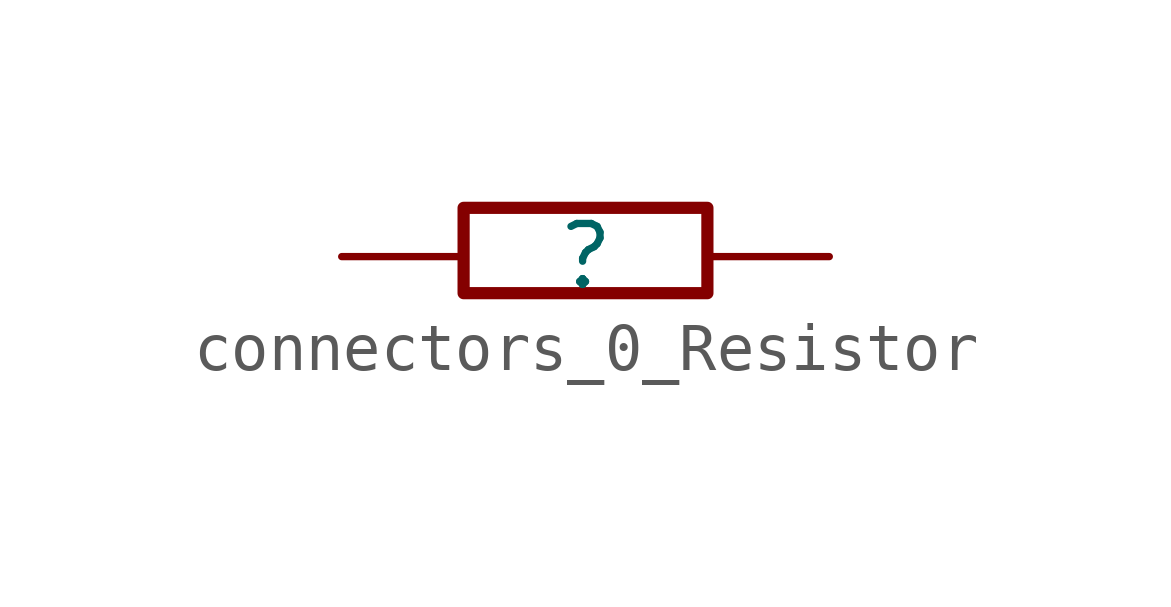
<source format=kicad_sym>
(kicad_symbol_lib
  (version 20231120)
  (generator "kicad_symbol_editor")
  (generator_version "7.99")
  (symbol "connectors_0_Resistor"
    (property "Reference" ""
      (at 0 0 0)
      (effects (font (size 1.27 1.27))))
    (property "Value" ""
      (at 0 0 0)
      (effects (font (size 1.27 1.27))))
    (symbol "connectors_0_Resistor_1_0"
      (polyline (pts (xy -2.54 -0.762) (xy -2.54 1.016) (xy 2.54 1.016) (xy 2.54 -0.762) (xy -2.54 -0.762)) (stroke (width 0.254) (type solid)) (fill (type none)))
      (pin passive line (at -5.08 0 0) (length 2.54) (name "1" (effects (font (size 0 0)))) (number "1" (effects (font (size 0 0)))))
      (pin passive line (at 5.08 0 180) (length 2.54) (name "2" (effects (font (size 0 0)))) (number "2" (effects (font (size 0 0))))))))
</source>
